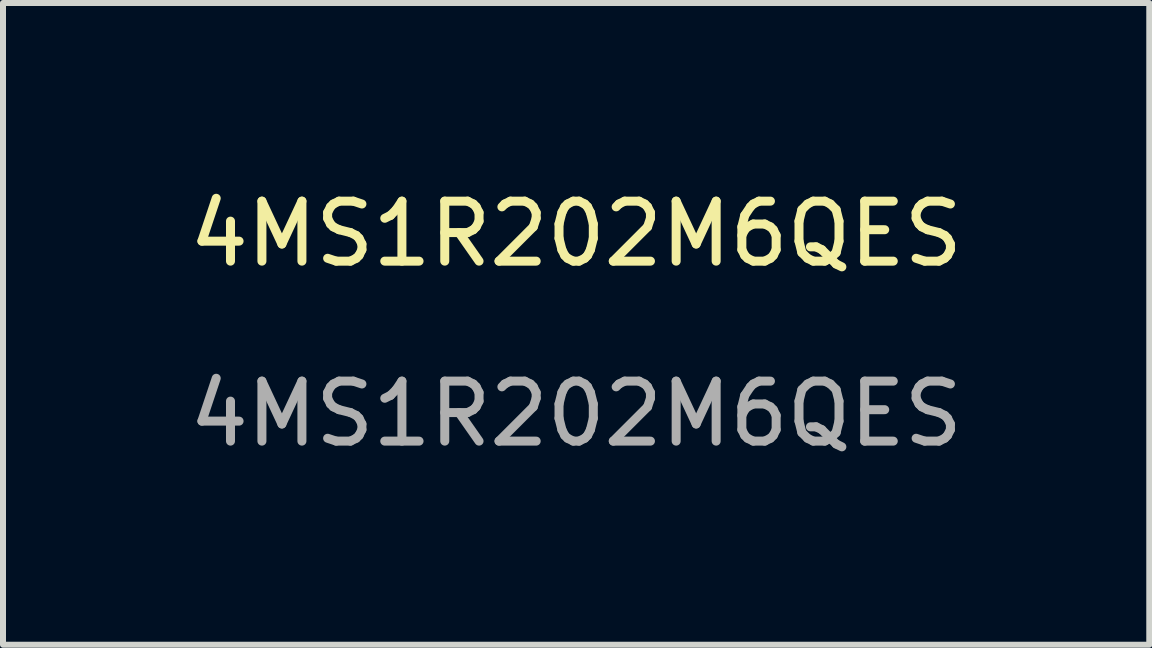
<source format=kicad_pcb>
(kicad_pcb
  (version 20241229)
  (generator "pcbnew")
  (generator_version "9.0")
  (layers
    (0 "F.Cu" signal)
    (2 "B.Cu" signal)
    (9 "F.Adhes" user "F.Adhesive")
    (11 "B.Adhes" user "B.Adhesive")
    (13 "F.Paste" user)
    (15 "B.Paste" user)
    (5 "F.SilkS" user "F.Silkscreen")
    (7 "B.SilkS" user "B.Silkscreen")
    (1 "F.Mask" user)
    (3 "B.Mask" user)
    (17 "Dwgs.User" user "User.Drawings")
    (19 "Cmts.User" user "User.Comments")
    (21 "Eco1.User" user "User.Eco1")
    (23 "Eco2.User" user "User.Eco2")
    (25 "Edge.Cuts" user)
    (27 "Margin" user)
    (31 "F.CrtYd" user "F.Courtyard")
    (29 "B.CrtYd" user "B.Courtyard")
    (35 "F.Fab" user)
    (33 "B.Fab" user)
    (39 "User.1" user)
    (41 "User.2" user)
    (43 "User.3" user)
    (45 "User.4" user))
  (footprint "4MS1R202M6QES"
    (layer "F.Cu")
    (at 6.554 1.348)
    (property "Reference" "4MS1R202M6QES" (at 0 -0.5 0) (unlocked yes) (layer "F.SilkS") (effects (font (size 1 1) (thickness 0.15))))
    (attr through_hole)
    (fp_text user "${REFERENCE}" (at 0 2.5 0) (unlocked yes) (layer "F.Fab") (effects (font (size 1 1) (thickness 0.15)))))
  (gr_rect
    (start -3 -3)
    (end 16.107 7.697)
    (stroke (width 0.1) (type default))
    (fill no)
    (layer "Edge.Cuts")))
</source>
